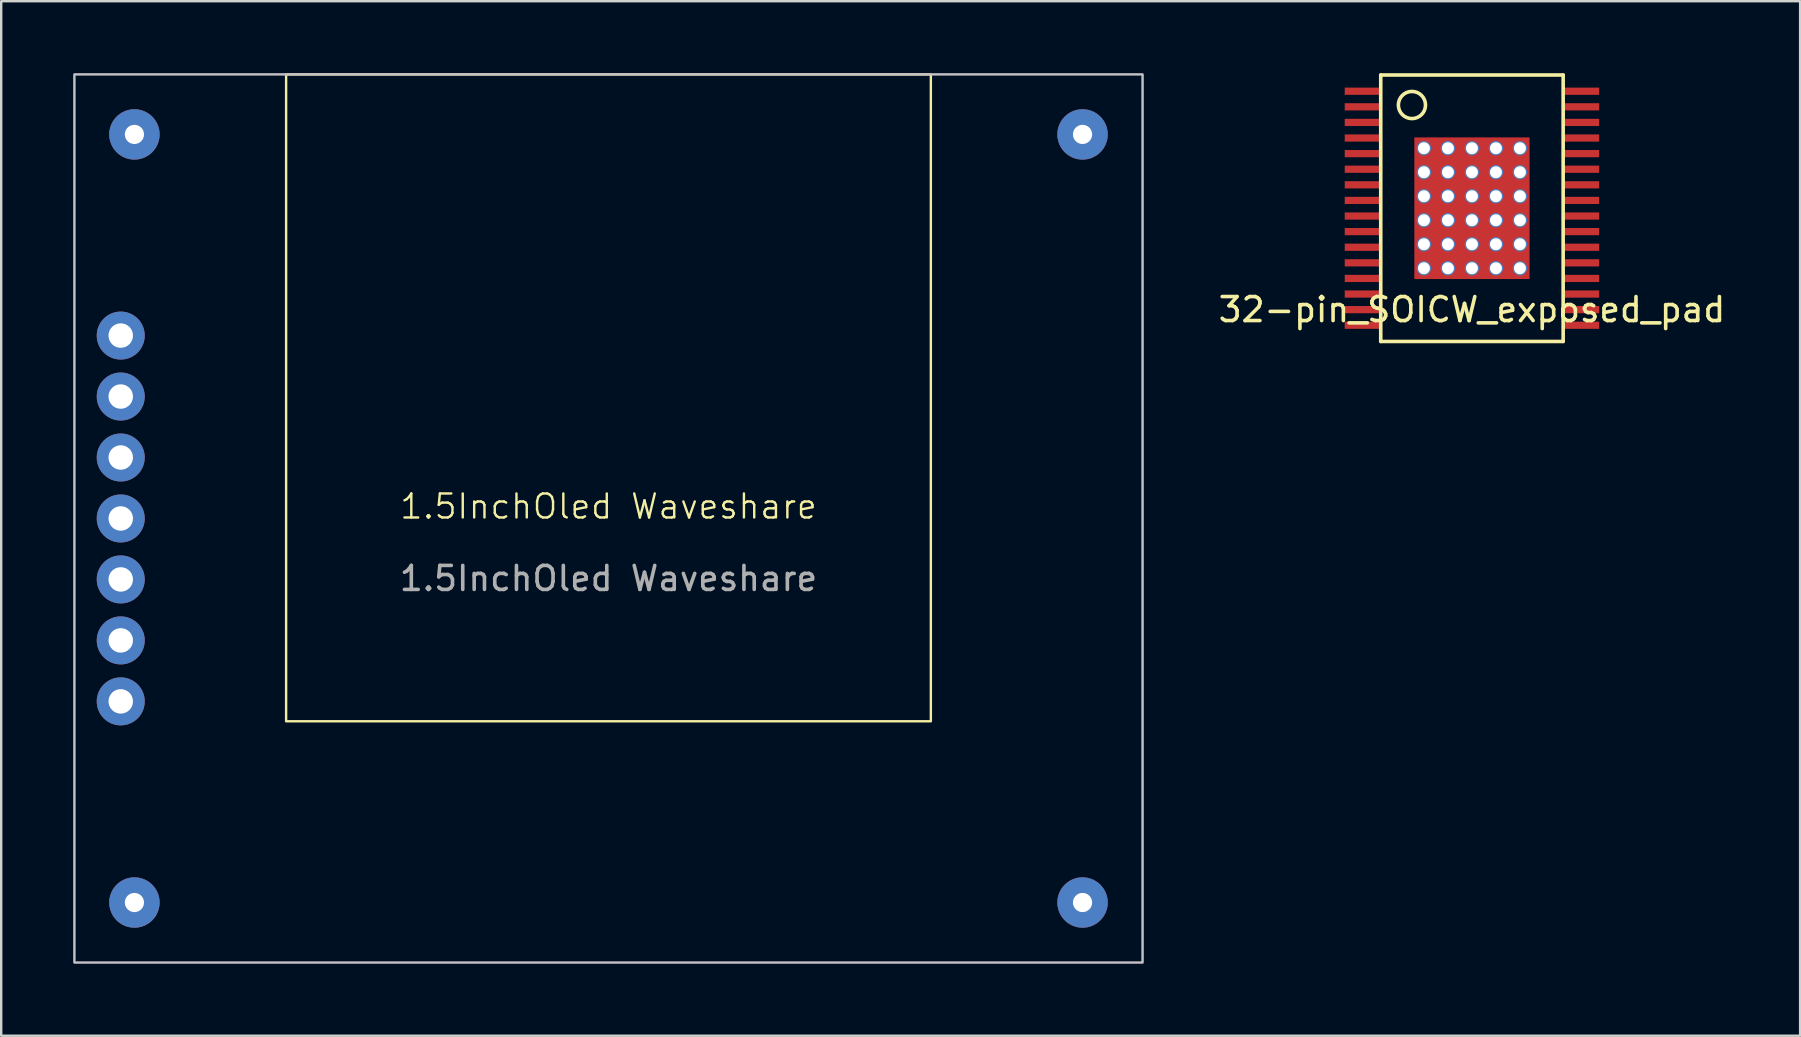
<source format=kicad_pcb>
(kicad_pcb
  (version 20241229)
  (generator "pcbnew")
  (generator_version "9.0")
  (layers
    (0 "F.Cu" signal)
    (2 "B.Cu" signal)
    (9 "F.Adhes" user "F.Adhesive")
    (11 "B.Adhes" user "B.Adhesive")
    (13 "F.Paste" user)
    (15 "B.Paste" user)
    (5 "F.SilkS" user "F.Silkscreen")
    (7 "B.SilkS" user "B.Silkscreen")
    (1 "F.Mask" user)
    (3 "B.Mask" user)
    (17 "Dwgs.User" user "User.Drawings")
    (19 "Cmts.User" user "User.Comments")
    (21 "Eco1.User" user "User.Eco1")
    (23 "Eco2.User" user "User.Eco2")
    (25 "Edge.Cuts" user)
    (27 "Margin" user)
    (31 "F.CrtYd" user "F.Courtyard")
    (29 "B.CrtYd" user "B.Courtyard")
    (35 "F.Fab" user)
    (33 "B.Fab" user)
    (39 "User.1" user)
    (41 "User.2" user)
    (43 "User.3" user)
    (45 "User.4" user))
  (footprint "1.5InchOled Waveshare"
    (layer "F.Cu")
    (at 22.3 18.55)
    (property "Reference" "1.5InchOled Waveshare" (at 0 -0.5 0) (unlocked yes) (layer "F.SilkS") (effects (font (size 1 1) (thickness 0.1))))
    (attr through_hole)
    (fp_rect (start -13.43 -18.5) (end 13.43 8.45) (stroke (width 0.1) (type solid)) (fill no) (layer "F.SilkS"))
    (fp_rect (start -22.25 -18.5) (end 22.25 18.5) (stroke (width 0.1) (type solid)) (fill no) (layer "Dwgs.User"))
    (fp_rect (start -22.25 -18.5) (end 22.25 18.5) (stroke (width 0.05) (type solid)) (fill no) (layer "F.CrtYd"))
    (fp_text user "${REFERENCE}" (at 0 2.5 0) (unlocked yes) (layer "F.Fab") (effects (font (size 1 1) (thickness 0.15))))
    (pad "" np_thru_hole circle (at -19.75 -16) (size 2.1 2.1) (drill 0.8) (layers "*.Cu" "*.Mask"))
    (pad "" np_thru_hole circle (at -19.75 16) (size 2.1 2.1) (drill 0.8) (layers "*.Cu" "*.Mask"))
    (pad "" np_thru_hole circle (at 19.75 -16) (size 2.1 2.1) (drill 0.8) (layers "*.Cu" "*.Mask"))
    (pad "" np_thru_hole circle (at 19.75 16) (size 2.1 2.1) (drill 0.8) (layers "*.Cu" "*.Mask"))
    (pad "1" thru_hole circle (at -20.32 -7.62) (size 2 2) (drill 1.02) (layers "*.Cu" "*.Mask"))
    (pad "2" thru_hole circle (at -20.32 -5.08) (size 2 2) (drill 1.02) (layers "*.Cu" "*.Mask"))
    (pad "3" thru_hole circle (at -20.32 -2.54) (size 2 2) (drill 1.02) (layers "*.Cu" "*.Mask"))
    (pad "4" thru_hole circle (at -20.32 0) (size 2 2) (drill 1.02) (layers "*.Cu" "*.Mask"))
    (pad "5" thru_hole circle (at -20.32 2.54) (size 2 2) (drill 1.02) (layers "*.Cu" "*.Mask"))
    (pad "6" thru_hole circle (at -20.32 5.08) (size 2 2) (drill 1.02) (layers "*.Cu" "*.Mask"))
    (pad "7" thru_hole circle (at -20.32 7.62) (size 2 2) (drill 1.02) (layers "*.Cu" "*.Mask")))
  (footprint "32-pin_SOICW_exposed_pad"
    (layer "F.Cu")
    (at 58.273 5.625)
    (property "Reference" "32-pin_SOICW_exposed_pad" (at 0 4.225 0) (layer "F.SilkS") (effects (font (size 1 1) (thickness 0.15))))
    (attr through_hole)
    (fp_line (start -3.8 -5.55) (end 3.8 -5.55) (stroke (width 0.15) (type solid)) (layer "F.SilkS"))
    (fp_line (start -3.8 5.55) (end -3.8 -5.55) (stroke (width 0.15) (type solid)) (layer "F.SilkS"))
    (fp_line (start 3.8 -5.55) (end 3.8 5.55) (stroke (width 0.15) (type solid)) (layer "F.SilkS"))
    (fp_line (start 3.8 5.55) (end -3.8 5.55) (stroke (width 0.15) (type solid)) (layer "F.SilkS"))
    (fp_circle (center -2.5 -4.3) (end -2.1 -3.9) (stroke (width 0.15) (type solid)) (fill no) (layer "F.SilkS"))
    (pad "1" smd rect (at -4.55 -4.875) (size 1.5 0.3) (layers "F.Cu" "F.Mask" "F.Paste"))
    (pad "2" smd rect (at -4.55 -4.225) (size 1.5 0.3) (layers "F.Cu" "F.Mask" "F.Paste"))
    (pad "3" smd rect (at -4.55 -3.575) (size 1.5 0.3) (layers "F.Cu" "F.Mask" "F.Paste"))
    (pad "4" smd rect (at -4.55 -2.925) (size 1.5 0.3) (layers "F.Cu" "F.Mask" "F.Paste"))
    (pad "5" smd rect (at -4.55 -2.275) (size 1.5 0.3) (layers "F.Cu" "F.Mask" "F.Paste"))
    (pad "6" smd rect (at -4.55 -1.625) (size 1.5 0.3) (layers "F.Cu" "F.Mask" "F.Paste"))
    (pad "7" smd rect (at -4.55 -0.975) (size 1.5 0.3) (layers "F.Cu" "F.Mask" "F.Paste"))
    (pad "8" smd rect (at -4.55 -0.325) (size 1.5 0.3) (layers "F.Cu" "F.Mask" "F.Paste"))
    (pad "9" smd rect (at -4.55 0.325) (size 1.5 0.3) (layers "F.Cu" "F.Mask" "F.Paste"))
    (pad "10" smd rect (at -4.55 0.975) (size 1.5 0.3) (layers "F.Cu" "F.Mask" "F.Paste"))
    (pad "11" smd rect (at -4.55 1.625) (size 1.5 0.3) (layers "F.Cu" "F.Mask" "F.Paste"))
    (pad "12" smd rect (at -4.55 2.275) (size 1.5 0.3) (layers "F.Cu" "F.Mask" "F.Paste"))
    (pad "13" smd rect (at -4.55 2.925) (size 1.5 0.3) (layers "F.Cu" "F.Mask" "F.Paste"))
    (pad "14" smd rect (at -4.55 3.575) (size 1.5 0.3) (layers "F.Cu" "F.Mask" "F.Paste"))
    (pad "15" smd rect (at -4.55 4.225) (size 1.5 0.3) (layers "F.Cu" "F.Mask" "F.Paste"))
    (pad "16" smd rect (at -4.55 4.875) (size 1.5 0.3) (layers "F.Cu" "F.Mask" "F.Paste"))
    (pad "17" smd rect (at 4.55 4.875) (size 1.5 0.3) (layers "F.Cu" "F.Mask" "F.Paste"))
    (pad "18" smd rect (at 4.55 4.225) (size 1.5 0.3) (layers "F.Cu" "F.Mask" "F.Paste"))
    (pad "19" smd rect (at 4.55 3.575) (size 1.5 0.3) (layers "F.Cu" "F.Mask" "F.Paste"))
    (pad "20" smd rect (at 4.55 2.925) (size 1.5 0.3) (layers "F.Cu" "F.Mask" "F.Paste"))
    (pad "21" smd rect (at 4.55 2.275) (size 1.5 0.3) (layers "F.Cu" "F.Mask" "F.Paste"))
    (pad "22" smd rect (at 4.55 1.625) (size 1.5 0.3) (layers "F.Cu" "F.Mask" "F.Paste"))
    (pad "23" smd rect (at 4.55 0.975) (size 1.5 0.3) (layers "F.Cu" "F.Mask" "F.Paste"))
    (pad "24" smd rect (at 4.55 0.325) (size 1.5 0.3) (layers "F.Cu" "F.Mask" "F.Paste"))
    (pad "25" smd rect (at 4.55 -0.325) (size 1.5 0.3) (layers "F.Cu" "F.Mask" "F.Paste"))
    (pad "26" smd rect (at 4.55 -0.975) (size 1.5 0.3) (layers "F.Cu" "F.Mask" "F.Paste"))
    (pad "27" smd rect (at 4.55 -1.625) (size 1.5 0.3) (layers "F.Cu" "F.Mask" "F.Paste"))
    (pad "28" smd rect (at 4.55 -2.275) (size 1.5 0.3) (layers "F.Cu" "F.Mask" "F.Paste"))
    (pad "29" smd rect (at 4.55 -2.925) (size 1.5 0.3) (layers "F.Cu" "F.Mask" "F.Paste"))
    (pad "30" smd rect (at 4.55 -3.575) (size 1.5 0.3) (layers "F.Cu" "F.Mask" "F.Paste"))
    (pad "31" smd rect (at 4.55 -4.225) (size 1.5 0.3) (layers "F.Cu" "F.Mask" "F.Paste"))
    (pad "32" smd rect (at 4.55 -4.875) (size 1.5 0.3) (layers "F.Cu" "F.Mask" "F.Paste"))
    (pad "33" thru_hole circle (at -2 -2.5) (size 0.6 0.6) (drill 0.5) (layers "*.Cu" "*.Mask"))
    (pad "33" thru_hole circle (at -2 -1.5) (size 0.6 0.6) (drill 0.5) (layers "*.Cu" "*.Mask"))
    (pad "33" thru_hole circle (at -2 -0.5) (size 0.6 0.6) (drill 0.5) (layers "*.Cu" "*.Mask"))
    (pad "33" thru_hole circle (at -2 0.5) (size 0.6 0.6) (drill 0.5) (layers "*.Cu" "*.Mask"))
    (pad "33" thru_hole circle (at -2 1.5) (size 0.6 0.6) (drill 0.5) (layers "*.Cu" "*.Mask"))
    (pad "33" thru_hole circle (at -2 2.5) (size 0.6 0.6) (drill 0.5) (layers "*.Cu" "*.Mask"))
    (pad "33" thru_hole circle (at -1 -2.5) (size 0.6 0.6) (drill 0.5) (layers "*.Cu" "*.Mask"))
    (pad "33" thru_hole circle (at -1 -1.5) (size 0.6 0.6) (drill 0.5) (layers "*.Cu" "*.Mask"))
    (pad "33" thru_hole circle (at -1 -0.5) (size 0.6 0.6) (drill 0.5) (layers "*.Cu" "*.Mask"))
    (pad "33" thru_hole circle (at -1 0.5) (size 0.6 0.6) (drill 0.5) (layers "*.Cu" "*.Mask"))
    (pad "33" thru_hole circle (at -1 1.5) (size 0.6 0.6) (drill 0.5) (layers "*.Cu" "*.Mask"))
    (pad "33" thru_hole circle (at -1 2.5) (size 0.6 0.6) (drill 0.5) (layers "*.Cu" "*.Mask"))
    (pad "33" thru_hole circle (at 0 -2.5) (size 0.6 0.6) (drill 0.5) (layers "*.Cu" "*.Mask"))
    (pad "33" thru_hole circle (at 0 -1.5) (size 0.6 0.6) (drill 0.5) (layers "*.Cu" "*.Mask"))
    (pad "33" thru_hole circle (at 0 -0.5) (size 0.6 0.6) (drill 0.5) (layers "*.Cu" "*.Mask"))
    (pad "33" smd rect (at 0 0) (size 4.8 5.9) (layers "F.Cu" "F.Mask" "F.Paste"))
    (pad "33" thru_hole circle (at 0 0.5) (size 0.6 0.6) (drill 0.5) (layers "*.Cu" "*.Mask"))
    (pad "33" thru_hole circle (at 0 1.5) (size 0.6 0.6) (drill 0.5) (layers "*.Cu" "*.Mask"))
    (pad "33" thru_hole circle (at 0 2.5) (size 0.6 0.6) (drill 0.5) (layers "*.Cu" "*.Mask"))
    (pad "33" thru_hole circle (at 1 -2.5) (size 0.6 0.6) (drill 0.5) (layers "*.Cu" "*.Mask"))
    (pad "33" thru_hole circle (at 1 -1.5) (size 0.6 0.6) (drill 0.5) (layers "*.Cu" "*.Mask"))
    (pad "33" thru_hole circle (at 1 -0.5) (size 0.6 0.6) (drill 0.5) (layers "*.Cu" "*.Mask"))
    (pad "33" thru_hole circle (at 1 0.5) (size 0.6 0.6) (drill 0.5) (layers "*.Cu" "*.Mask"))
    (pad "33" thru_hole circle (at 1 1.5) (size 0.6 0.6) (drill 0.5) (layers "*.Cu" "*.Mask"))
    (pad "33" thru_hole circle (at 1 2.5) (size 0.6 0.6) (drill 0.5) (layers "*.Cu" "*.Mask"))
    (pad "33" thru_hole circle (at 2 -2.5) (size 0.6 0.6) (drill 0.5) (layers "*.Cu" "*.Mask"))
    (pad "33" thru_hole circle (at 2 -1.5) (size 0.6 0.6) (drill 0.5) (layers "*.Cu" "*.Mask"))
    (pad "33" thru_hole circle (at 2 -0.5) (size 0.6 0.6) (drill 0.5) (layers "*.Cu" "*.Mask"))
    (pad "33" thru_hole circle (at 2 0.5) (size 0.6 0.6) (drill 0.5) (layers "*.Cu" "*.Mask"))
    (pad "33" thru_hole circle (at 2 1.5) (size 0.6 0.6) (drill 0.5) (layers "*.Cu" "*.Mask"))
    (pad "33" thru_hole circle (at 2 2.5) (size 0.6 0.6) (drill 0.5) (layers "*.Cu" "*.Mask")))
  (gr_rect
    (start -3 -3)
    (end 71.945 40.1)
    (stroke (width 0.1) (type default))
    (fill no)
    (layer "Edge.Cuts")))
</source>
